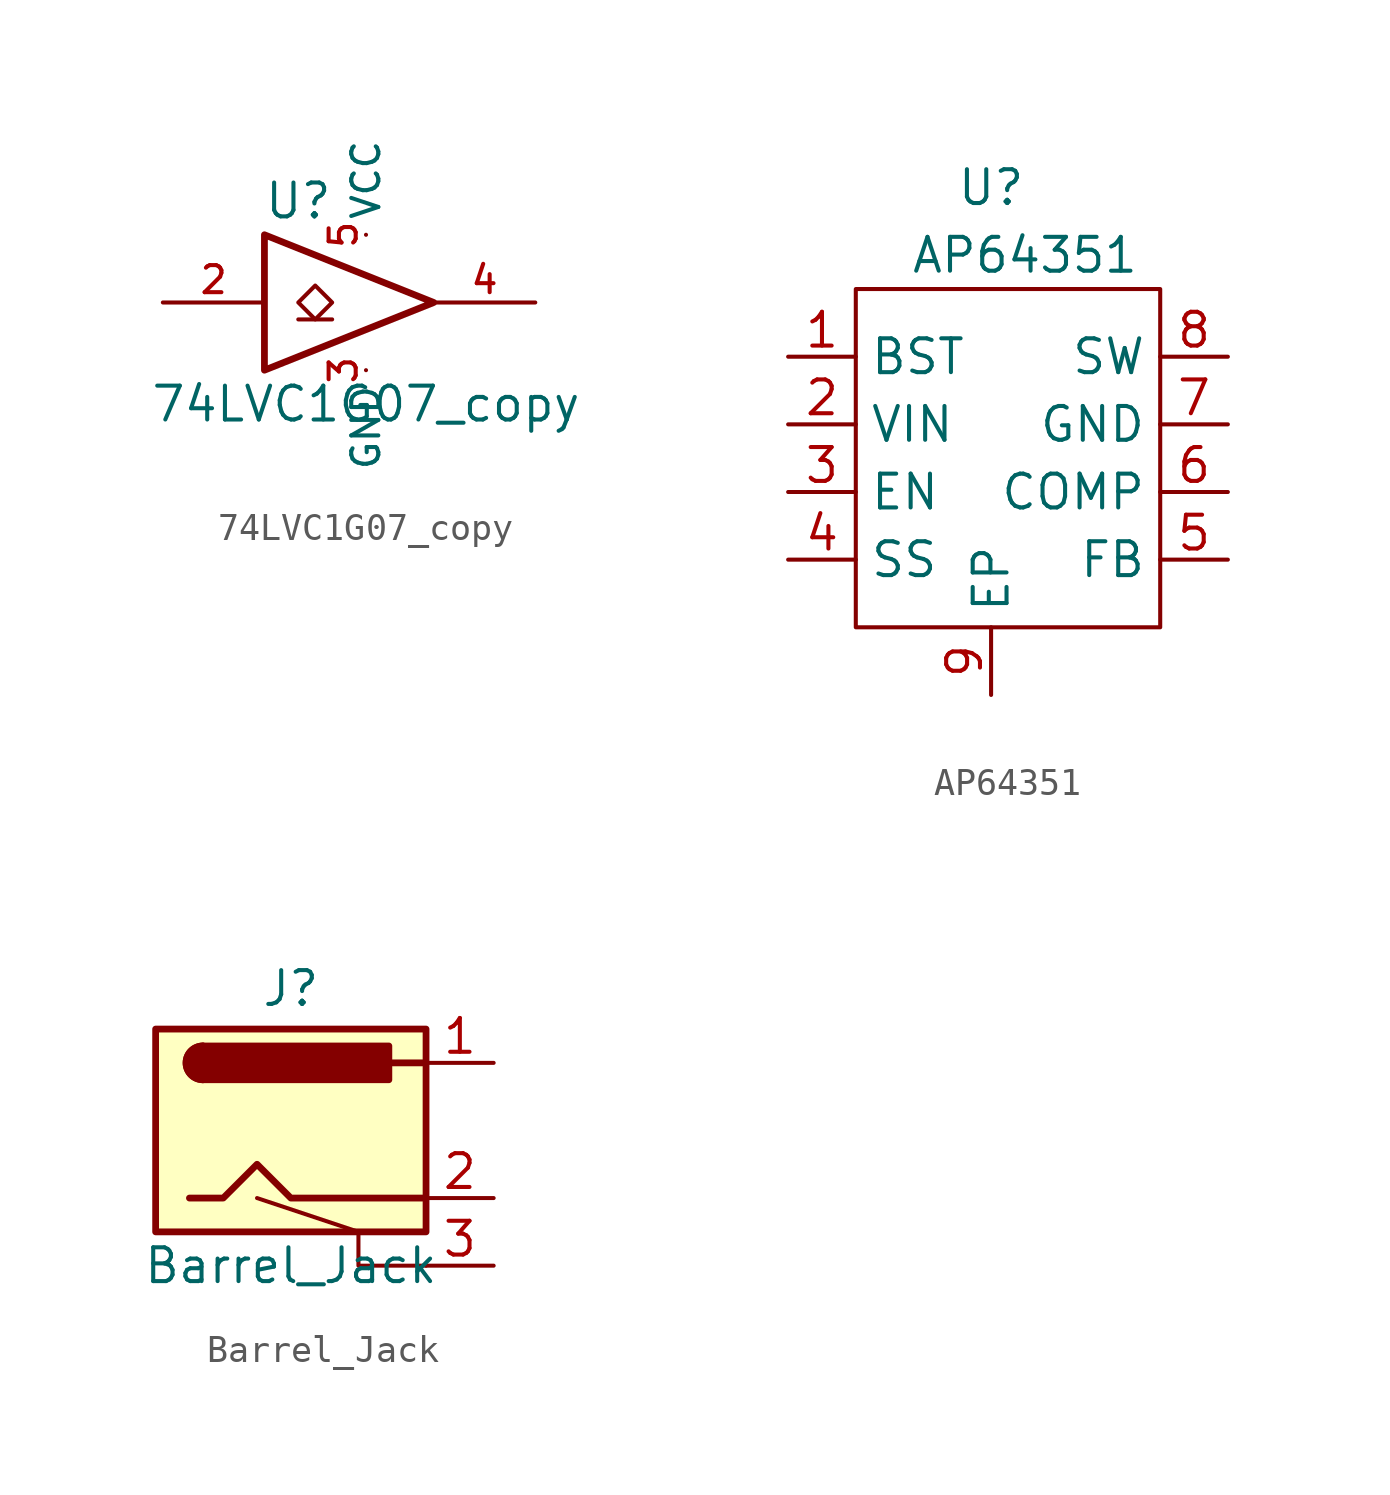
<source format=kicad_sym>
(kicad_symbol_lib
  (version 20211014)
  (generator kicad_symbol_editor)
  (symbol "74LVC1G07_copy"
    (property "Reference" "U"
      (at -2.54 3.81 0)
      (effects (font (size 1.27 1.27))))
    (property "Value" "74LVC1G07_copy"
      (at 0 -3.81 0)
      (effects (font (size 1.27 1.27))))
    (symbol "74LVC1G07_copy_0_1"
      (polyline (pts (xy -2.54 -0.635) (xy -1.27 -0.635)) (stroke (width 0) (type default) (color 0 0 0 0)) (fill (type none)))
      (polyline (pts (xy -3.81 2.54) (xy -3.81 -2.54) (xy 2.54 0) (xy -3.81 2.54)) (stroke (width 0.254) (type default) (color 0 0 0 0)) (fill (type none)))
      (polyline (pts (xy -1.905 0.635) (xy -2.54 0) (xy -1.905 -0.635) (xy -1.27 0) (xy -1.905 0.635)) (stroke (width 0) (type default) (color 0 0 0 0)) (fill (type none))))
    (symbol "74LVC1G07_copy_1_1"
      (pin input line (at -7.62 0 0) (length 3.81) (name "~" (effects (font (size 1.016 1.016)))) (number "2" (effects (font (size 1.016 1.016)))))
      (pin power_in line (at 0 -2.54 270) (length 0) (name "GND" (effects (font (size 1.016 1.016)))) (number "3" (effects (font (size 1.016 1.016)))))
      (pin open_collector line (at 6.35 0 180) (length 3.81) (name "~" (effects (font (size 1.016 1.016)))) (number "4" (effects (font (size 1.016 1.016)))))
      (pin power_in line (at 0 2.54 90) (length 0) (name "VCC" (effects (font (size 1.016 1.016)))) (number "5" (effects (font (size 1.016 1.016)))))))
  (symbol "AP64351"
    (property "Reference" "U"
      (at 0 8.89 0)
      (effects (font (size 1.27 1.27))))
    (property "Value" "AP64351"
      (at 1.27 6.35 0)
      (effects (font (size 1.27 1.27))))
    (symbol "AP64351_0_1"
      (rectangle (start -5.08 5.08) (end 6.35 -7.62) (stroke (width 0) (type default) (color 0 0 0 0)) (fill (type none))))
    (symbol "AP64351_1_1"
      (pin passive line (at -7.62 2.54 0) (length 2.54) (name "BST" (effects (font (size 1.27 1.27)))) (number "1" (effects (font (size 1.27 1.27)))))
      (pin power_in line (at -7.62 0 0) (length 2.54) (name "VIN" (effects (font (size 1.27 1.27)))) (number "2" (effects (font (size 1.27 1.27)))))
      (pin input line (at -7.62 -2.54 0) (length 2.54) (name "EN" (effects (font (size 1.27 1.27)))) (number "3" (effects (font (size 1.27 1.27)))))
      (pin input line (at -7.62 -5.08 0) (length 2.54) (name "SS" (effects (font (size 1.27 1.27)))) (number "4" (effects (font (size 1.27 1.27)))))
      (pin input line (at 8.89 -5.08 180) (length 2.54) (name "FB" (effects (font (size 1.27 1.27)))) (number "5" (effects (font (size 1.27 1.27)))))
      (pin input line (at 8.89 -2.54 180) (length 2.54) (name "COMP" (effects (font (size 1.27 1.27)))) (number "6" (effects (font (size 1.27 1.27)))))
      (pin power_in line (at 8.89 0 180) (length 2.54) (name "GND" (effects (font (size 1.27 1.27)))) (number "7" (effects (font (size 1.27 1.27)))))
      (pin output line (at 8.89 2.54 180) (length 2.54) (name "SW" (effects (font (size 1.27 1.27)))) (number "8" (effects (font (size 1.27 1.27)))))
      (pin passive line (at 0 -10.16 90) (length 2.54) (name "EP" (effects (font (size 1.27 1.27)))) (number "9" (effects (font (size 1.27 1.27)))))))
  (symbol "Barrel_Jack"
    (property "Reference" "J"
      (at 0 5.334 0)
      (effects (font (size 1.27 1.27))))
    (property "Value" "Barrel_Jack"
      (at 0 -5.08 0)
      (effects (font (size 1.27 1.27))))
    (symbol "Barrel_Jack_0_1"
      (rectangle (start -5.08 3.81) (end 5.08 -3.81) (stroke (width 0.254) (type default) (color 0 0 0 0)) (fill (type background)))
      (arc (start -3.302 3.175) (mid -3.937 2.54) (end -3.302 1.905) (stroke (width 0.254) (type default) (color 0 0 0 0)) (fill (type none)))
      (arc (start -3.302 3.175) (mid -3.937 2.54) (end -3.302 1.905) (stroke (width 0.254) (type default) (color 0 0 0 0)) (fill (type outline)))
      (polyline (pts (xy 5.08 2.54) (xy 3.81 2.54)) (stroke (width 0.254) (type default) (color 0 0 0 0)) (fill (type none)))
      (polyline (pts (xy 5.08 -5.08) (xy 2.54 -5.08) (xy 2.54 -3.81) (xy -1.27 -2.54)) (stroke (width 0) (type default) (color 0 0 0 0)) (fill (type none)))
      (polyline (pts (xy -3.81 -2.54) (xy -2.54 -2.54) (xy -1.27 -1.27) (xy 0 -2.54) (xy 2.54 -2.54) (xy 5.08 -2.54)) (stroke (width 0.254) (type default) (color 0 0 0 0)) (fill (type none)))
      (rectangle (start 3.683 3.175) (end -3.302 1.905) (stroke (width 0.254) (type default) (color 0 0 0 0)) (fill (type outline))))
    (symbol "Barrel_Jack_1_1"
      (pin passive line (at 7.62 2.54 180) (length 2.54) (name "~" (effects (font (size 1.27 1.27)))) (number "1" (effects (font (size 1.27 1.27)))))
      (pin passive line (at 7.62 -2.54 180) (length 2.54) (name "~" (effects (font (size 1.27 1.27)))) (number "2" (effects (font (size 1.27 1.27)))))
      (pin passive line (at 7.62 -5.08 180) (length 2.54) (name "~" (effects (font (size 1.27 1.27)))) (number "3" (effects (font (size 1.27 1.27))))))))
</source>
